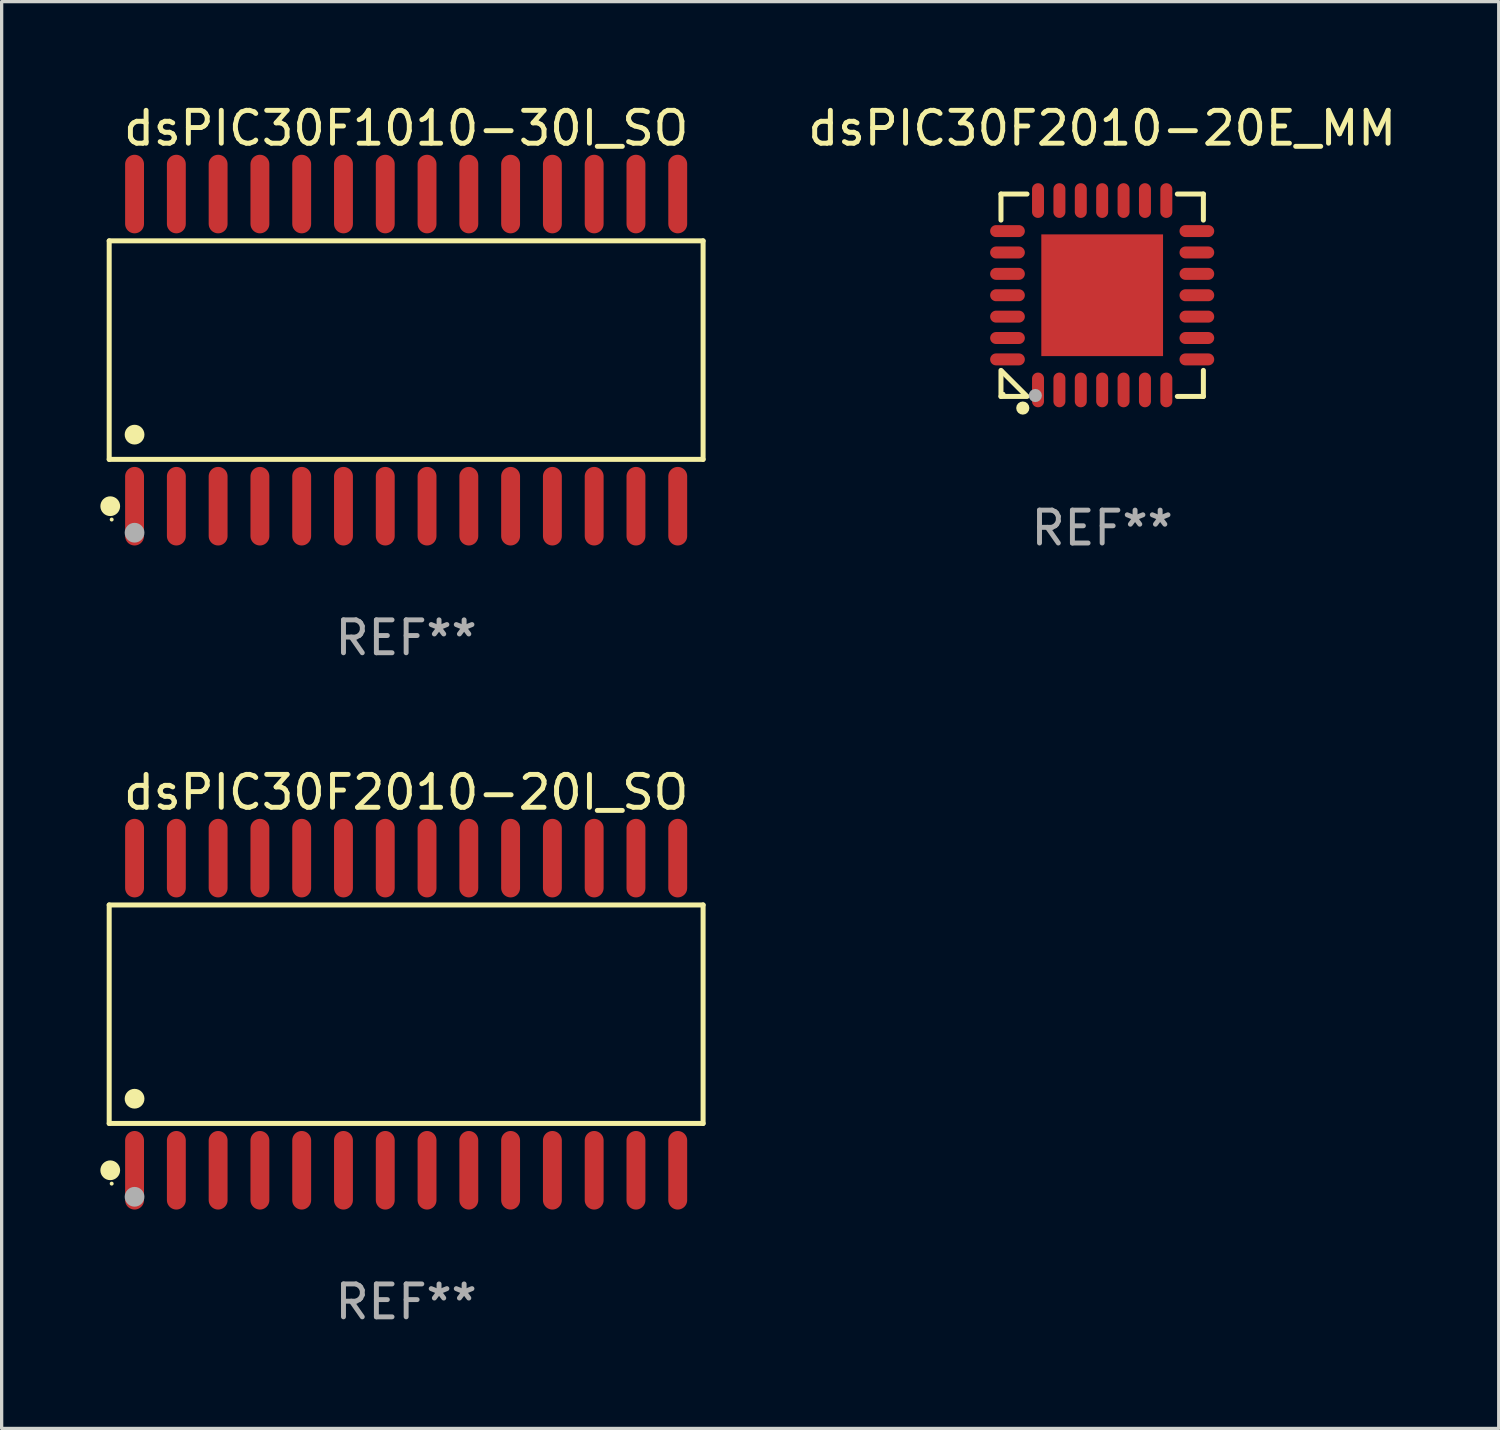
<source format=kicad_pcb>
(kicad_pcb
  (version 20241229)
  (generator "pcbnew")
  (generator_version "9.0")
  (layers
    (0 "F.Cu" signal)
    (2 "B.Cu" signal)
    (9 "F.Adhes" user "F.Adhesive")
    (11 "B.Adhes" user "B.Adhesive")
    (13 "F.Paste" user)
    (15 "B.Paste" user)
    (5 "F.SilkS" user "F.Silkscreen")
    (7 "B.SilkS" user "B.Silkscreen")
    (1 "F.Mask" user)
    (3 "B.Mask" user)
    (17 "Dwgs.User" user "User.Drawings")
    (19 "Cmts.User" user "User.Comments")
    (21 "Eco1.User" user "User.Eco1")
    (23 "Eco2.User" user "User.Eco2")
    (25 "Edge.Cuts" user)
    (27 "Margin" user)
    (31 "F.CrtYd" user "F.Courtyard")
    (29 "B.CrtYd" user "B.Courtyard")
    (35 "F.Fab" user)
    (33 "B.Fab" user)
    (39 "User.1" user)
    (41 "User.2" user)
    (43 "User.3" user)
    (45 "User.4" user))
  (footprint "dsPIC30F1010-30I_SO"
    (layer "F.Cu")
    (at 9.295 7.592)
    (property "Reference" "dsPIC30F1010-30I_SO" (at 0 -6.744 0) (layer "F.SilkS") (effects (font (size 1 1) (thickness 0.15))))
    (attr through_hole)
    (fp_line (start -9.026 -3.321) (end 9.026 -3.321) (stroke (width 0.152) (type solid)) (layer "F.SilkS"))
    (fp_line (start -9.026 3.321) (end -9.026 -3.321) (stroke (width 0.152) (type solid)) (layer "F.SilkS"))
    (fp_line (start 9.026 -3.321) (end 9.026 3.321) (stroke (width 0.152) (type solid)) (layer "F.SilkS"))
    (fp_line (start 9.026 3.321) (end -9.026 3.321) (stroke (width 0.152) (type solid)) (layer "F.SilkS"))
    (fp_circle (center -8.994 4.744) (end -8.844 4.744) (stroke (width 0.3) (type solid)) (fill no) (layer "F.SilkS"))
    (fp_circle (center -8.95 5.15) (end -8.92 5.15) (stroke (width 0.06) (type solid)) (fill no) (layer "F.SilkS"))
    (fp_circle (center -8.255 2.569) (end -8.105 2.569) (stroke (width 0.3) (type solid)) (fill no) (layer "F.SilkS"))
    (fp_circle (center -8.255 5.55) (end -8.105 5.55) (stroke (width 0.3) (type solid)) (fill no) (layer "F.Fab"))
    (fp_text user "REF**" (at 0 8.744 0) (layer "F.Fab") (effects (font (size 1 1) (thickness 0.15))))
    (pad "1" smd oval (at -8.255 4.744) (size 0.574 2.388) (layers "F.Cu" "F.Mask" "F.Paste"))
    (pad "2" smd oval (at -6.985 4.744) (size 0.574 2.388) (layers "F.Cu" "F.Mask" "F.Paste"))
    (pad "3" smd oval (at -5.715 4.744) (size 0.574 2.388) (layers "F.Cu" "F.Mask" "F.Paste"))
    (pad "4" smd oval (at -4.445 4.744) (size 0.574 2.388) (layers "F.Cu" "F.Mask" "F.Paste"))
    (pad "5" smd oval (at -3.175 4.744) (size 0.574 2.388) (layers "F.Cu" "F.Mask" "F.Paste"))
    (pad "6" smd oval (at -1.905 4.744) (size 0.574 2.388) (layers "F.Cu" "F.Mask" "F.Paste"))
    (pad "7" smd oval (at -0.635 4.744) (size 0.574 2.388) (layers "F.Cu" "F.Mask" "F.Paste"))
    (pad "8" smd oval (at 0.635 4.744) (size 0.574 2.388) (layers "F.Cu" "F.Mask" "F.Paste"))
    (pad "9" smd oval (at 1.905 4.744) (size 0.574 2.388) (layers "F.Cu" "F.Mask" "F.Paste"))
    (pad "10" smd oval (at 3.175 4.744) (size 0.574 2.388) (layers "F.Cu" "F.Mask" "F.Paste"))
    (pad "11" smd oval (at 4.445 4.744) (size 0.574 2.388) (layers "F.Cu" "F.Mask" "F.Paste"))
    (pad "12" smd oval (at 5.715 4.744) (size 0.574 2.388) (layers "F.Cu" "F.Mask" "F.Paste"))
    (pad "13" smd oval (at 6.985 4.744) (size 0.574 2.388) (layers "F.Cu" "F.Mask" "F.Paste"))
    (pad "14" smd oval (at 8.255 4.744) (size 0.574 2.388) (layers "F.Cu" "F.Mask" "F.Paste"))
    (pad "15" smd oval (at 8.255 -4.744) (size 0.574 2.388) (layers "F.Cu" "F.Mask" "F.Paste"))
    (pad "16" smd oval (at 6.985 -4.744) (size 0.574 2.388) (layers "F.Cu" "F.Mask" "F.Paste"))
    (pad "17" smd oval (at 5.715 -4.744) (size 0.574 2.388) (layers "F.Cu" "F.Mask" "F.Paste"))
    (pad "18" smd oval (at 4.445 -4.744) (size 0.574 2.388) (layers "F.Cu" "F.Mask" "F.Paste"))
    (pad "19" smd oval (at 3.175 -4.744) (size 0.574 2.388) (layers "F.Cu" "F.Mask" "F.Paste"))
    (pad "20" smd oval (at 1.905 -4.744) (size 0.574 2.388) (layers "F.Cu" "F.Mask" "F.Paste"))
    (pad "21" smd oval (at 0.635 -4.744) (size 0.574 2.388) (layers "F.Cu" "F.Mask" "F.Paste"))
    (pad "22" smd oval (at -0.635 -4.744) (size 0.574 2.388) (layers "F.Cu" "F.Mask" "F.Paste"))
    (pad "23" smd oval (at -1.905 -4.744) (size 0.574 2.388) (layers "F.Cu" "F.Mask" "F.Paste"))
    (pad "24" smd oval (at -3.175 -4.744) (size 0.574 2.388) (layers "F.Cu" "F.Mask" "F.Paste"))
    (pad "25" smd oval (at -4.445 -4.744) (size 0.574 2.388) (layers "F.Cu" "F.Mask" "F.Paste"))
    (pad "26" smd oval (at -5.715 -4.744) (size 0.574 2.388) (layers "F.Cu" "F.Mask" "F.Paste"))
    (pad "27" smd oval (at -6.985 -4.744) (size 0.574 2.388) (layers "F.Cu" "F.Mask" "F.Paste"))
    (pad "28" smd oval (at -8.255 -4.744) (size 0.574 2.388) (layers "F.Cu" "F.Mask" "F.Paste")))
  (footprint "dsPIC30F2010-20I_SO"
    (layer "F.Cu")
    (at 9.295 27.777)
    (property "Reference" "dsPIC30F2010-20I_SO" (at 0 -6.744 0) (layer "F.SilkS") (effects (font (size 1 1) (thickness 0.15))))
    (attr through_hole)
    (fp_line (start -9.026 -3.321) (end 9.026 -3.321) (stroke (width 0.152) (type solid)) (layer "F.SilkS"))
    (fp_line (start -9.026 3.321) (end -9.026 -3.321) (stroke (width 0.152) (type solid)) (layer "F.SilkS"))
    (fp_line (start 9.026 -3.321) (end 9.026 3.321) (stroke (width 0.152) (type solid)) (layer "F.SilkS"))
    (fp_line (start 9.026 3.321) (end -9.026 3.321) (stroke (width 0.152) (type solid)) (layer "F.SilkS"))
    (fp_circle (center -8.994 4.744) (end -8.844 4.744) (stroke (width 0.3) (type solid)) (fill no) (layer "F.SilkS"))
    (fp_circle (center -8.95 5.15) (end -8.92 5.15) (stroke (width 0.06) (type solid)) (fill no) (layer "F.SilkS"))
    (fp_circle (center -8.255 2.569) (end -8.105 2.569) (stroke (width 0.3) (type solid)) (fill no) (layer "F.SilkS"))
    (fp_circle (center -8.255 5.55) (end -8.105 5.55) (stroke (width 0.3) (type solid)) (fill no) (layer "F.Fab"))
    (fp_text user "REF**" (at 0 8.744 0) (layer "F.Fab") (effects (font (size 1 1) (thickness 0.15))))
    (pad "1" smd oval (at -8.255 4.744) (size 0.574 2.388) (layers "F.Cu" "F.Mask" "F.Paste"))
    (pad "2" smd oval (at -6.985 4.744) (size 0.574 2.388) (layers "F.Cu" "F.Mask" "F.Paste"))
    (pad "3" smd oval (at -5.715 4.744) (size 0.574 2.388) (layers "F.Cu" "F.Mask" "F.Paste"))
    (pad "4" smd oval (at -4.445 4.744) (size 0.574 2.388) (layers "F.Cu" "F.Mask" "F.Paste"))
    (pad "5" smd oval (at -3.175 4.744) (size 0.574 2.388) (layers "F.Cu" "F.Mask" "F.Paste"))
    (pad "6" smd oval (at -1.905 4.744) (size 0.574 2.388) (layers "F.Cu" "F.Mask" "F.Paste"))
    (pad "7" smd oval (at -0.635 4.744) (size 0.574 2.388) (layers "F.Cu" "F.Mask" "F.Paste"))
    (pad "8" smd oval (at 0.635 4.744) (size 0.574 2.388) (layers "F.Cu" "F.Mask" "F.Paste"))
    (pad "9" smd oval (at 1.905 4.744) (size 0.574 2.388) (layers "F.Cu" "F.Mask" "F.Paste"))
    (pad "10" smd oval (at 3.175 4.744) (size 0.574 2.388) (layers "F.Cu" "F.Mask" "F.Paste"))
    (pad "11" smd oval (at 4.445 4.744) (size 0.574 2.388) (layers "F.Cu" "F.Mask" "F.Paste"))
    (pad "12" smd oval (at 5.715 4.744) (size 0.574 2.388) (layers "F.Cu" "F.Mask" "F.Paste"))
    (pad "13" smd oval (at 6.985 4.744) (size 0.574 2.388) (layers "F.Cu" "F.Mask" "F.Paste"))
    (pad "14" smd oval (at 8.255 4.744) (size 0.574 2.388) (layers "F.Cu" "F.Mask" "F.Paste"))
    (pad "15" smd oval (at 8.255 -4.744) (size 0.574 2.388) (layers "F.Cu" "F.Mask" "F.Paste"))
    (pad "16" smd oval (at 6.985 -4.744) (size 0.574 2.388) (layers "F.Cu" "F.Mask" "F.Paste"))
    (pad "17" smd oval (at 5.715 -4.744) (size 0.574 2.388) (layers "F.Cu" "F.Mask" "F.Paste"))
    (pad "18" smd oval (at 4.445 -4.744) (size 0.574 2.388) (layers "F.Cu" "F.Mask" "F.Paste"))
    (pad "19" smd oval (at 3.175 -4.744) (size 0.574 2.388) (layers "F.Cu" "F.Mask" "F.Paste"))
    (pad "20" smd oval (at 1.905 -4.744) (size 0.574 2.388) (layers "F.Cu" "F.Mask" "F.Paste"))
    (pad "21" smd oval (at 0.635 -4.744) (size 0.574 2.388) (layers "F.Cu" "F.Mask" "F.Paste"))
    (pad "22" smd oval (at -0.635 -4.744) (size 0.574 2.388) (layers "F.Cu" "F.Mask" "F.Paste"))
    (pad "23" smd oval (at -1.905 -4.744) (size 0.574 2.388) (layers "F.Cu" "F.Mask" "F.Paste"))
    (pad "24" smd oval (at -3.175 -4.744) (size 0.574 2.388) (layers "F.Cu" "F.Mask" "F.Paste"))
    (pad "25" smd oval (at -4.445 -4.744) (size 0.574 2.388) (layers "F.Cu" "F.Mask" "F.Paste"))
    (pad "26" smd oval (at -5.715 -4.744) (size 0.574 2.388) (layers "F.Cu" "F.Mask" "F.Paste"))
    (pad "27" smd oval (at -6.985 -4.744) (size 0.574 2.388) (layers "F.Cu" "F.Mask" "F.Paste"))
    (pad "28" smd oval (at -8.255 -4.744) (size 0.574 2.388) (layers "F.Cu" "F.Mask" "F.Paste")))
  (footprint "dsPIC30F2010-20E_MM"
    (layer "F.Cu")
    (at 30.451 5.924)
    (property "Reference" "dsPIC30F2010-20E_MM" (at 0 -5.076 0) (layer "F.SilkS") (effects (font (size 1 1) (thickness 0.15))))
    (attr through_hole)
    (fp_line (start -3.076 -3.076) (end -3.076 -2.284) (stroke (width 0.152) (type solid)) (layer "F.SilkS"))
    (fp_line (start -3.076 3.076) (end -3.076 2.284) (stroke (width 0.152) (type solid)) (layer "F.SilkS"))
    (fp_line (start -3.049 2.311) (end -2.311 3.049) (stroke (width 0.152) (type solid)) (layer "F.SilkS"))
    (fp_line (start -2.284 -3.076) (end -3.076 -3.076) (stroke (width 0.152) (type solid)) (layer "F.SilkS"))
    (fp_line (start -2.284 3.076) (end -3.076 3.076) (stroke (width 0.152) (type solid)) (layer "F.SilkS"))
    (fp_line (start 2.284 -3.076) (end 3.076 -3.076) (stroke (width 0.152) (type solid)) (layer "F.SilkS"))
    (fp_line (start 2.284 3.076) (end 3.076 3.076) (stroke (width 0.152) (type solid)) (layer "F.SilkS"))
    (fp_line (start 3.076 -3.076) (end 3.076 -2.284) (stroke (width 0.152) (type solid)) (layer "F.SilkS"))
    (fp_line (start 3.076 3.076) (end 3.076 2.284) (stroke (width 0.152) (type solid)) (layer "F.SilkS"))
    (fp_circle (center -3 3) (end -2.97 3) (stroke (width 0.06) (type solid)) (fill no) (layer "F.SilkS"))
    (fp_circle (center -2.413 3.429) (end -2.313 3.429) (stroke (width 0.2) (type solid)) (fill no) (layer "F.SilkS"))
    (fp_circle (center -2.032 3.048) (end -1.932 3.048) (stroke (width 0.2) (type solid)) (fill no) (layer "F.Fab"))
    (fp_text user "REF**" (at 0 7.076 0) (layer "F.Fab") (effects (font (size 1 1) (thickness 0.15))))
    (pad "1" smd oval (at -1.95 2.878) (size 0.364 1.055) (layers "F.Cu" "F.Mask" "F.Paste"))
    (pad "2" smd oval (at -1.3 2.878) (size 0.364 1.055) (layers "F.Cu" "F.Mask" "F.Paste"))
    (pad "3" smd oval (at -0.65 2.878) (size 0.364 1.055) (layers "F.Cu" "F.Mask" "F.Paste"))
    (pad "4" smd oval (at 0 2.878) (size 0.364 1.055) (layers "F.Cu" "F.Mask" "F.Paste"))
    (pad "5" smd oval (at 0.65 2.878) (size 0.364 1.055) (layers "F.Cu" "F.Mask" "F.Paste"))
    (pad "6" smd oval (at 1.3 2.878) (size 0.364 1.055) (layers "F.Cu" "F.Mask" "F.Paste"))
    (pad "7" smd oval (at 1.95 2.878) (size 0.364 1.055) (layers "F.Cu" "F.Mask" "F.Paste"))
    (pad "8" smd oval (at 2.878 1.95) (size 1.055 0.364) (layers "F.Cu" "F.Mask" "F.Paste"))
    (pad "9" smd oval (at 2.878 1.3) (size 1.055 0.364) (layers "F.Cu" "F.Mask" "F.Paste"))
    (pad "10" smd oval (at 2.878 0.65) (size 1.055 0.364) (layers "F.Cu" "F.Mask" "F.Paste"))
    (pad "11" smd oval (at 2.878 0) (size 1.055 0.364) (layers "F.Cu" "F.Mask" "F.Paste"))
    (pad "12" smd oval (at 2.878 -0.65) (size 1.055 0.364) (layers "F.Cu" "F.Mask" "F.Paste"))
    (pad "13" smd oval (at 2.878 -1.3) (size 1.055 0.364) (layers "F.Cu" "F.Mask" "F.Paste"))
    (pad "14" smd oval (at 2.878 -1.95) (size 1.055 0.364) (layers "F.Cu" "F.Mask" "F.Paste"))
    (pad "15" smd oval (at 1.95 -2.878) (size 0.364 1.055) (layers "F.Cu" "F.Mask" "F.Paste"))
    (pad "16" smd oval (at 1.3 -2.878) (size 0.364 1.055) (layers "F.Cu" "F.Mask" "F.Paste"))
    (pad "17" smd oval (at 0.65 -2.878) (size 0.364 1.055) (layers "F.Cu" "F.Mask" "F.Paste"))
    (pad "18" smd oval (at 0 -2.878) (size 0.364 1.055) (layers "F.Cu" "F.Mask" "F.Paste"))
    (pad "19" smd oval (at -0.65 -2.878) (size 0.364 1.055) (layers "F.Cu" "F.Mask" "F.Paste"))
    (pad "20" smd oval (at -1.3 -2.878) (size 0.364 1.055) (layers "F.Cu" "F.Mask" "F.Paste"))
    (pad "21" smd oval (at -1.95 -2.878) (size 0.364 1.055) (layers "F.Cu" "F.Mask" "F.Paste"))
    (pad "22" smd oval (at -2.878 -1.95) (size 1.055 0.364) (layers "F.Cu" "F.Mask" "F.Paste"))
    (pad "23" smd oval (at -2.878 -1.3) (size 1.055 0.364) (layers "F.Cu" "F.Mask" "F.Paste"))
    (pad "24" smd oval (at -2.878 -0.65) (size 1.055 0.364) (layers "F.Cu" "F.Mask" "F.Paste"))
    (pad "25" smd oval (at -2.878 0) (size 1.055 0.364) (layers "F.Cu" "F.Mask" "F.Paste"))
    (pad "26" smd oval (at -2.878 0.65) (size 1.055 0.364) (layers "F.Cu" "F.Mask" "F.Paste"))
    (pad "27" smd oval (at -2.878 1.3) (size 1.055 0.364) (layers "F.Cu" "F.Mask" "F.Paste"))
    (pad "28" smd oval (at -2.878 1.95) (size 1.055 0.364) (layers "F.Cu" "F.Mask" "F.Paste"))
    (pad "29" smd rect (at 0 0) (size 3.7 3.7) (layers "F.Cu" "F.Mask" "F.Paste")))
  (gr_rect
    (start -3 -3)
    (end 42.504 40.369)
    (stroke (width 0.1) (type default))
    (fill no)
    (layer "Edge.Cuts")))
</source>
